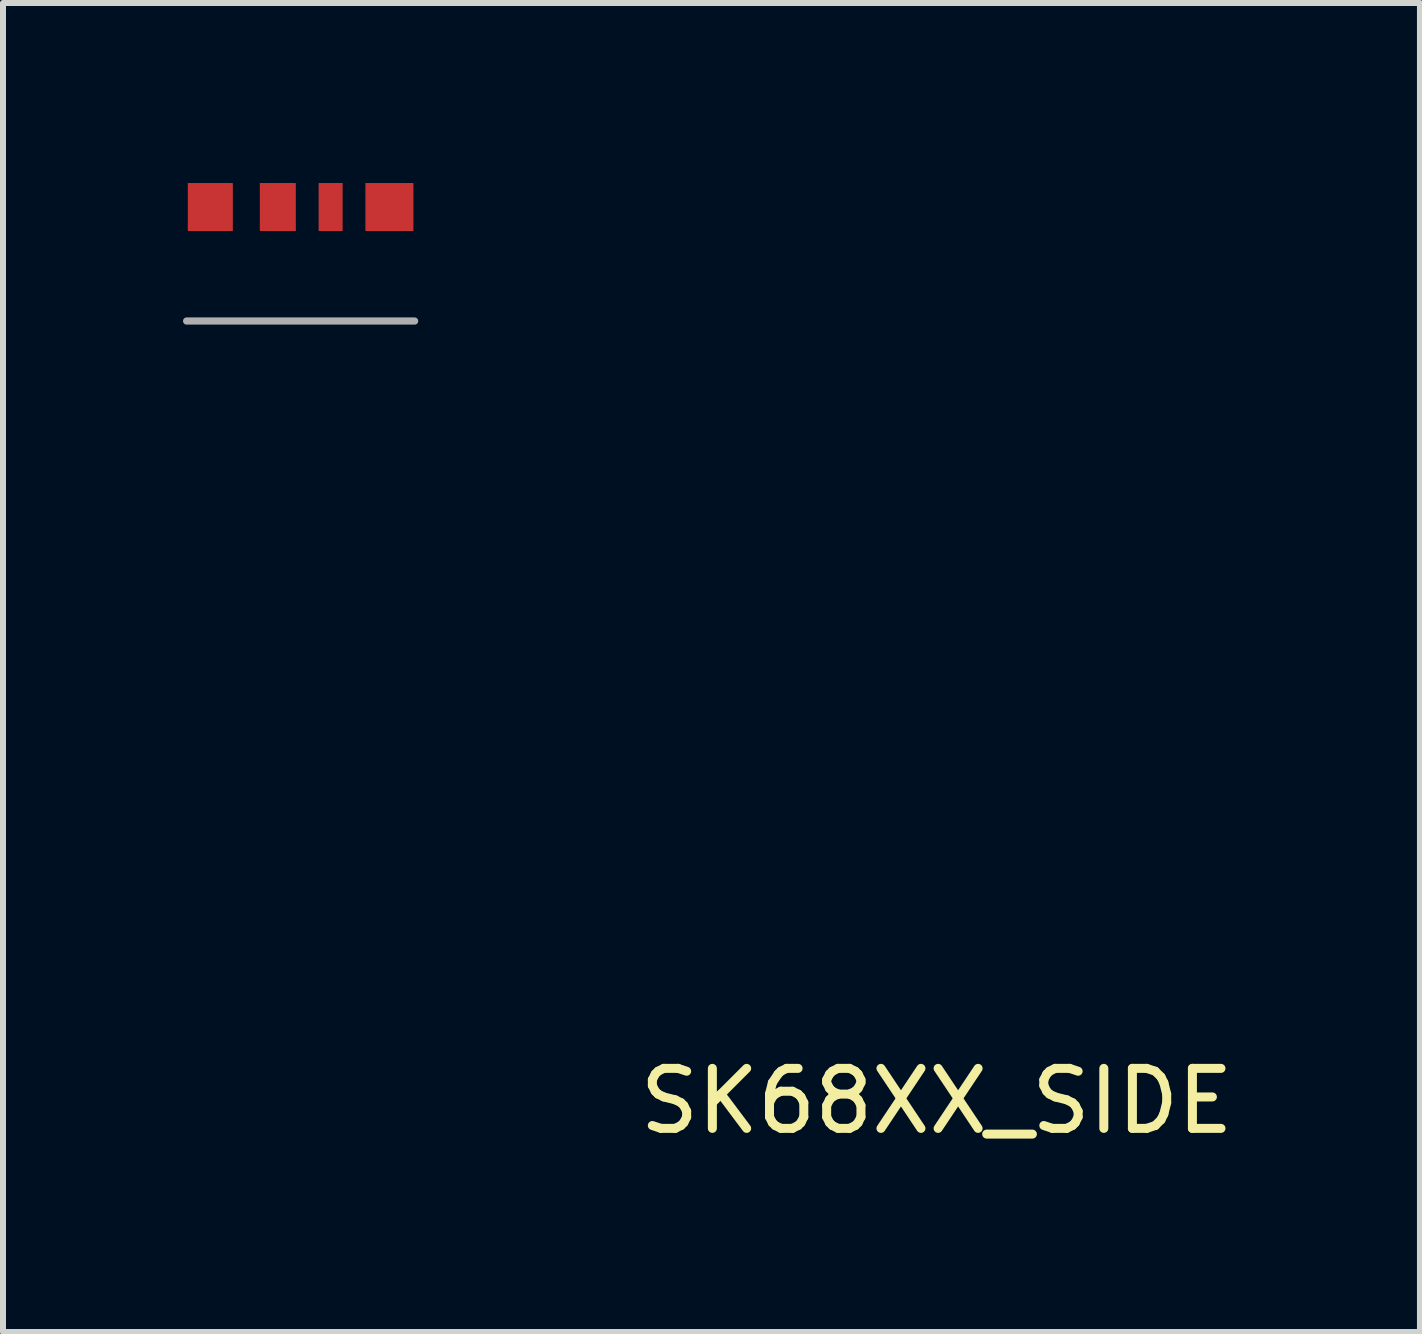
<source format=kicad_pcb>
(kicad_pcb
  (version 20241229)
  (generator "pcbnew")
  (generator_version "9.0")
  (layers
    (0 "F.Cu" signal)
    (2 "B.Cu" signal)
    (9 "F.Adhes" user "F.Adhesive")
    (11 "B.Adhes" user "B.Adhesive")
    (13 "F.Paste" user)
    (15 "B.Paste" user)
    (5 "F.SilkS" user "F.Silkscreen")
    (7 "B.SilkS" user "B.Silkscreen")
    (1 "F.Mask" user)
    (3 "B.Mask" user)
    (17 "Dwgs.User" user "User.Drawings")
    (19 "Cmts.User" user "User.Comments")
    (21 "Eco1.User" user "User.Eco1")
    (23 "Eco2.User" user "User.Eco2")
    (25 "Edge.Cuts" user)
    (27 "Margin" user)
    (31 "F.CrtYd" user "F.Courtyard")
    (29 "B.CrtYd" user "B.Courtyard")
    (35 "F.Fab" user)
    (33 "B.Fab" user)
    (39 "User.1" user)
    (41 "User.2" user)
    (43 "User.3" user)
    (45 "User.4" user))
  (footprint "SK68XX_SIDE"
    (layer "F.Cu")
    (at 2.06 0.8)
    (property "Reference" "SK68XX_SIDE" (at 10.5 14.5 0) (layer "F.SilkS") (effects (font (size 1 1) (thickness 0.15))))
    (attr through_hole)
    (fp_line (start -2 1.5) (end 1.8 1.5) (stroke (width 0.12) (type solid)) (layer "F.Fab"))
    (pad "1" smd rect (at -1.605 -0.4) (size 0.75 0.8) (layers "F.Cu" "F.Mask" "F.Paste"))
    (pad "2" smd rect (at -0.48 -0.4) (size 0.6 0.8) (layers "F.Cu" "F.Mask" "F.Paste"))
    (pad "3" smd rect (at 0.4 -0.4) (size 0.4 0.8) (layers "F.Cu" "F.Mask" "F.Paste"))
    (pad "4" smd rect (at 1.38 -0.4) (size 0.8 0.8) (layers "F.Cu" "F.Mask" "F.Paste")))
  (gr_rect
    (start -3 -3)
    (end 20.614 19.148)
    (stroke (width 0.1) (type default))
    (fill no)
    (layer "Edge.Cuts")))
</source>
